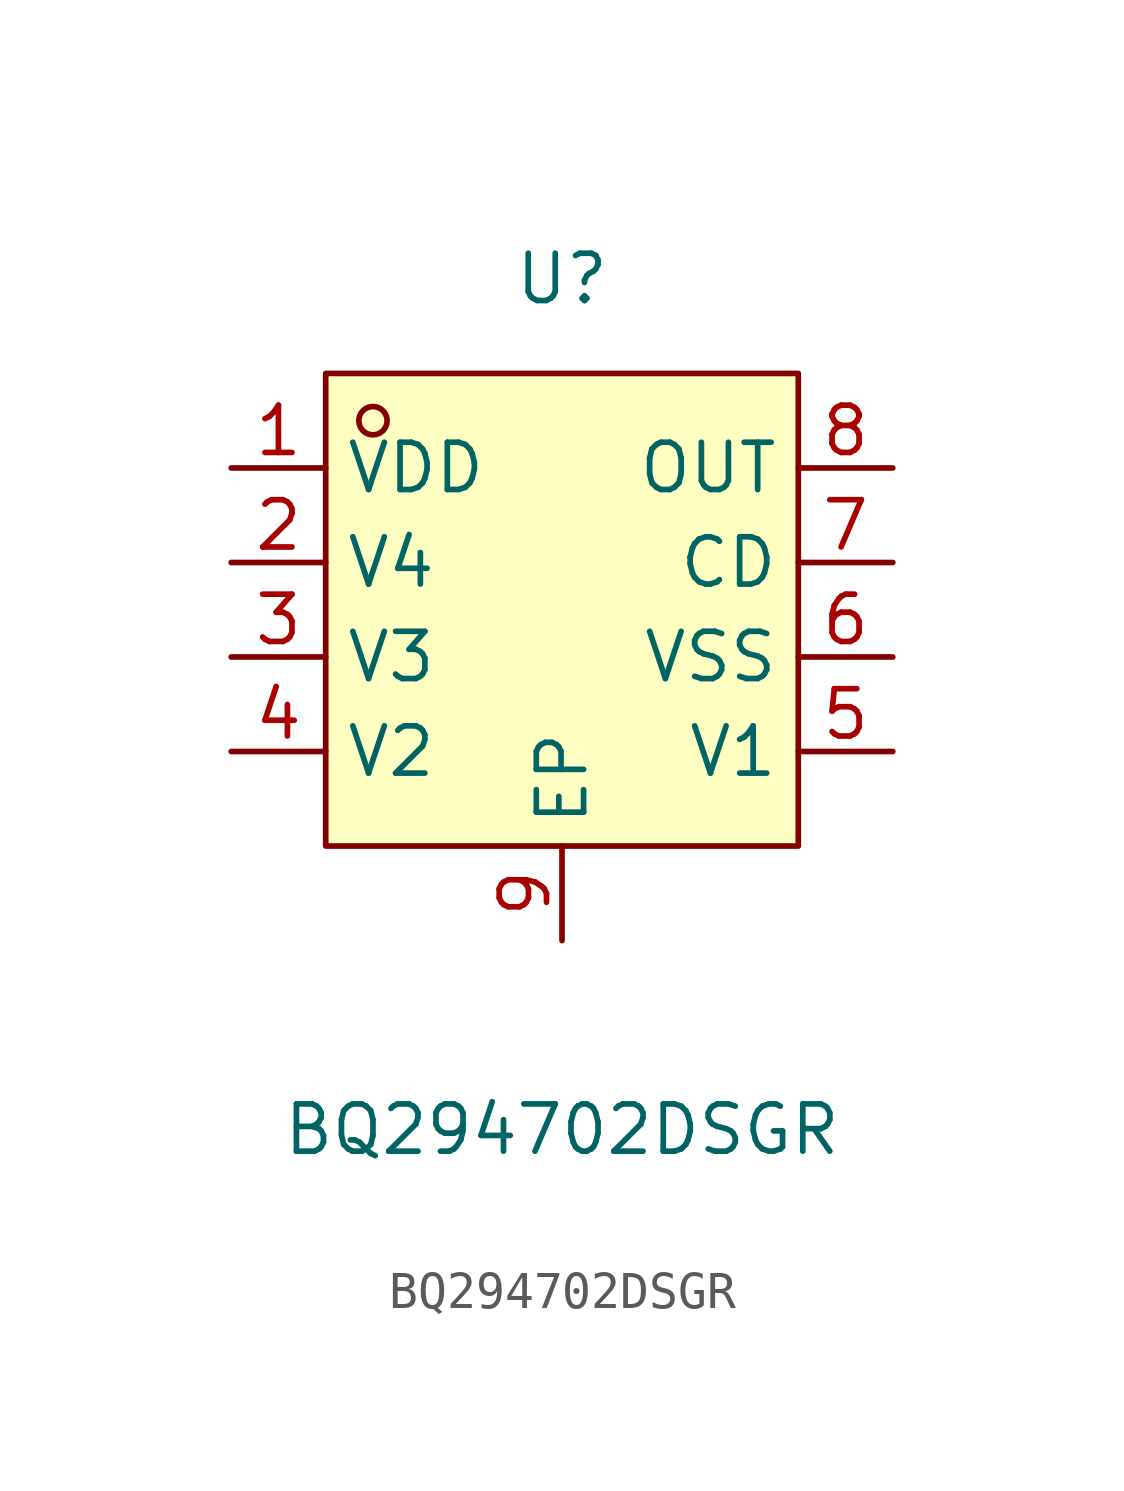
<source format=kicad_sym>
(kicad_symbol_lib
  (version 20211014)
  (generator https://github.com/uPesy/easyeda2kicad.py)
  (symbol "BQ294702DSGR"
    (property "Reference" "U"
      (at 0 8.89 0)
      (effects (font (size 1.27 1.27))))
    (property "Value" "BQ294702DSGR"
      (at 0 -13.97 0)
      (effects (font (size 1.27 1.27))))
    (symbol "BQ294702DSGR_0_1"
      (rectangle (start -6.35 6.35) (end 6.35 -6.35) (stroke (width 0) (type default) (color 0 0 0 0)) (fill (type background)))
      (circle (center -5.08 5.08) (radius 0.38) (stroke (width 0) (type default) (color 0 0 0 0)) (fill (type none)))
      (pin unspecified line (at -8.89 3.81 0) (length 2.54) (name "VDD" (effects (font (size 1.27 1.27)))) (number "1" (effects (font (size 1.27 1.27)))))
      (pin unspecified line (at -8.89 1.27 0) (length 2.54) (name "V4" (effects (font (size 1.27 1.27)))) (number "2" (effects (font (size 1.27 1.27)))))
      (pin unspecified line (at -8.89 -1.27 0) (length 2.54) (name "V3" (effects (font (size 1.27 1.27)))) (number "3" (effects (font (size 1.27 1.27)))))
      (pin unspecified line (at -8.89 -3.81 0) (length 2.54) (name "V2" (effects (font (size 1.27 1.27)))) (number "4" (effects (font (size 1.27 1.27)))))
      (pin unspecified line (at 8.89 -3.81 180) (length 2.54) (name "V1" (effects (font (size 1.27 1.27)))) (number "5" (effects (font (size 1.27 1.27)))))
      (pin unspecified line (at 8.89 -1.27 180) (length 2.54) (name "VSS" (effects (font (size 1.27 1.27)))) (number "6" (effects (font (size 1.27 1.27)))))
      (pin unspecified line (at 8.89 1.27 180) (length 2.54) (name "CD" (effects (font (size 1.27 1.27)))) (number "7" (effects (font (size 1.27 1.27)))))
      (pin unspecified line (at 8.89 3.81 180) (length 2.54) (name "OUT" (effects (font (size 1.27 1.27)))) (number "8" (effects (font (size 1.27 1.27)))))
      (pin unspecified line (at 0.00 -8.89 90) (length 2.54) (name "EP" (effects (font (size 1.27 1.27)))) (number "9" (effects (font (size 1.27 1.27))))))))
</source>
